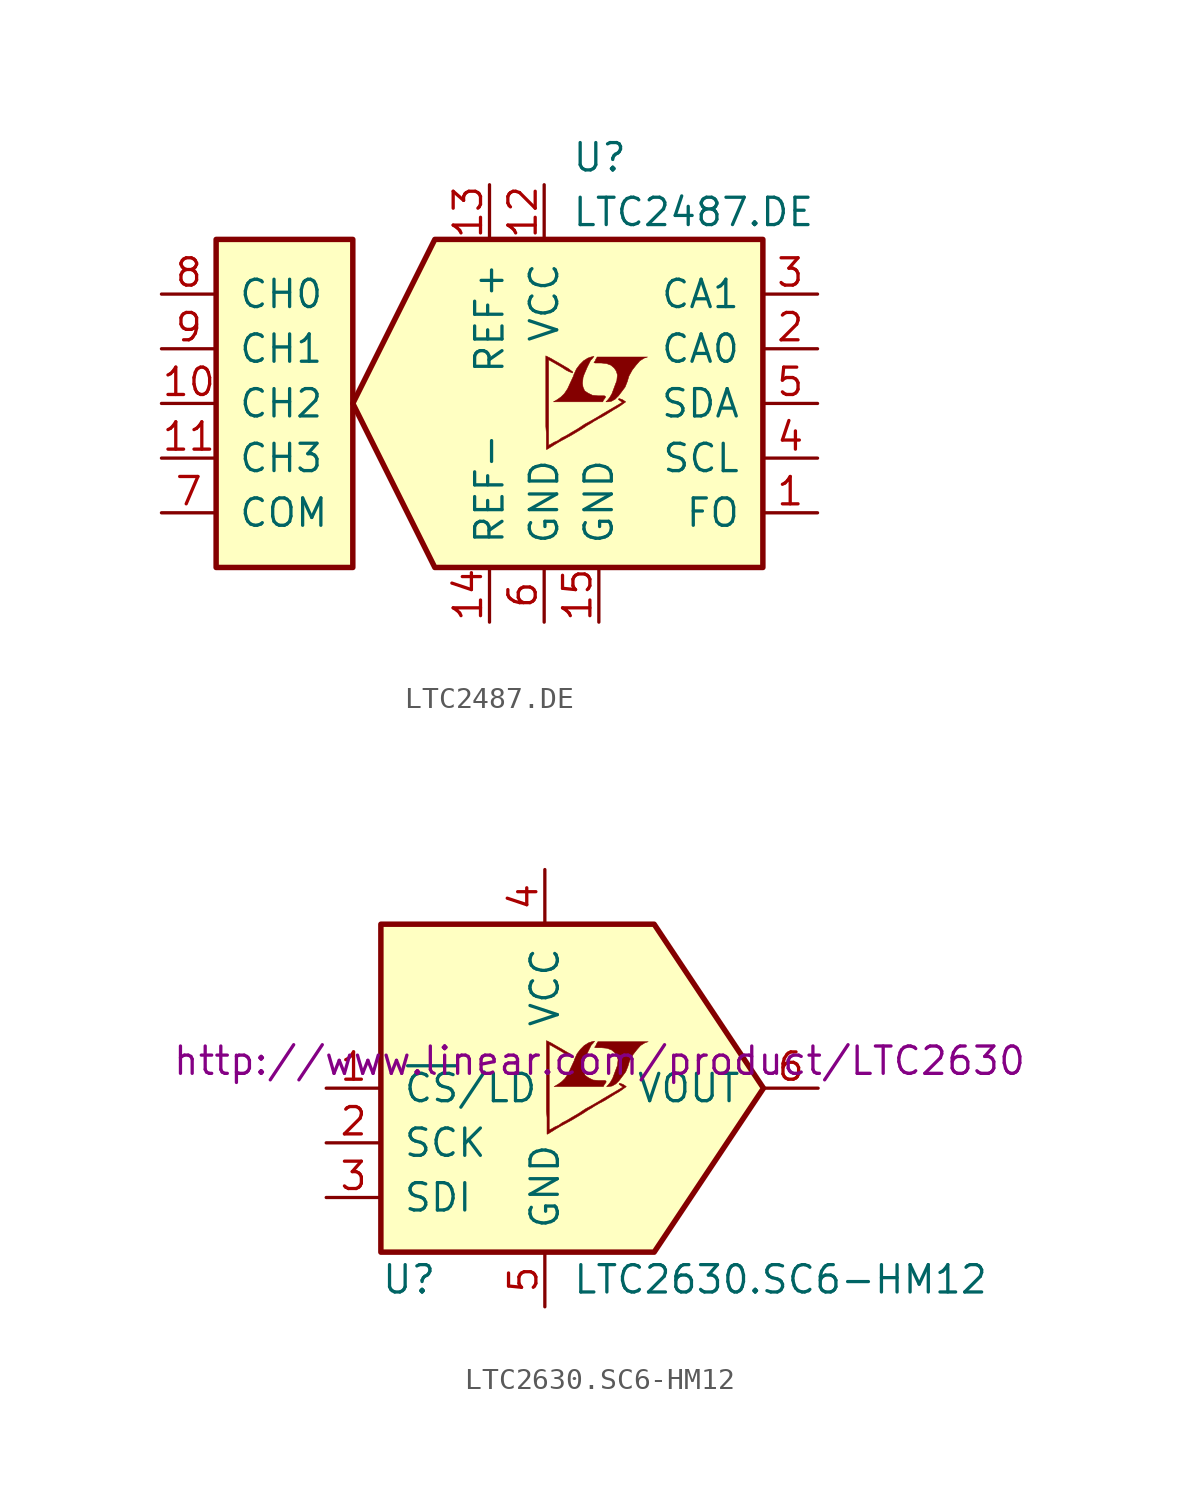
<source format=kicad_sym>
(kicad_symbol_lib
  (version 20201005)
  (generator kicad_symbol_editor)
  (symbol "LTC2487.DE"
    (pin_names
      (offset 1.016))
    (property "Reference" "U"
      (at 3.81 11.43 0)
      (effects (font (size 1.27 1.27)) (justify left)))
    (property "Value" "LTC2487.DE"
      (at 3.81 8.89 0)
      (effects (font (size 1.27 1.27)) (justify left)))
    (symbol "LTC2487.DE_0_0"
      (polyline (pts (xy 5.664 0.102) (xy 5.842 0.203) (xy 5.994 0.356) (xy 6.299 0.762) (xy 6.401 1.016) (xy 6.477 1.27) (xy 6.629 1.549) (xy 6.807 1.778) (xy 6.985 1.981) (xy 7.188 2.108) (xy 7.341 2.159) (xy 5.004 2.159) (xy 4.928 2.032) (xy 4.928 2.007) (xy 4.877 1.93) (xy 4.851 1.905) (xy 4.902 1.88) (xy 5.182 1.88) (xy 5.436 1.854) (xy 5.639 1.778) (xy 5.791 1.651) (xy 5.893 1.499) (xy 5.944 1.321) (xy 5.918 1.092) (xy 5.918 1.067) (xy 5.69 0.457) (xy 5.588 0.279) (xy 5.486 0.152) (xy 5.41 0.076) (xy 5.512 0.076) (xy 5.664 0.102)) (stroke (width 0.025)) (fill (type outline)))
      (polyline (pts (xy 5.309 0.178) (xy 5.334 0.203) (xy 5.385 0.279) (xy 5.385 0.33) (xy 5.334 0.356) (xy 5.029 0.356) (xy 4.775 0.381) (xy 4.572 0.483) (xy 4.42 0.584) (xy 4.343 0.762) (xy 4.318 0.94) (xy 4.343 1.168) (xy 4.343 1.194) (xy 4.394 1.346) (xy 4.547 1.702) (xy 4.699 2.007) (xy 4.775 2.083) (xy 4.851 2.184) (xy 4.724 2.159) (xy 4.572 2.108) (xy 4.369 1.981) (xy 4.191 1.803) (xy 4.039 1.6) (xy 3.912 1.321) (xy 3.912 1.295) (xy 3.759 0.965) (xy 3.632 0.686) (xy 3.48 0.457) (xy 3.327 0.305) (xy 3.15 0.178) (xy 2.972 0.076) (xy 5.258 0.076) (xy 5.309 0.178)) (stroke (width 0.025)) (fill (type outline)))
      (polyline (pts (xy 2.718 -2.108) (xy 2.794 -2.057) (xy 2.921 -1.981) (xy 2.997 -1.93) (xy 3.251 -1.778) (xy 3.81 -1.473) (xy 4.318 -1.168) (xy 4.547 -1.016) (xy 4.724 -0.914) (xy 4.877 -0.813) (xy 4.978 -0.762) (xy 5.055 -0.711) (xy 5.207 -0.635) (xy 5.385 -0.533) (xy 5.791 -0.279) (xy 5.969 -0.178) (xy 6.121 -0.076) (xy 6.223 0) (xy 6.299 0.051) (xy 6.325 0.076) (xy 6.172 0.178) (xy 6.02 0.229) (xy 5.994 0.203) (xy 5.994 0.178) (xy 6.071 0.127) (xy 6.172 0.051) (xy 5.258 -0.483) (xy 5.055 -0.61) (xy 4.75 -0.787) (xy 4.42 -0.965) (xy 4.115 -1.168) (xy 3.81 -1.346) (xy 3.556 -1.499) (xy 3.353 -1.6) (xy 3.175 -1.727) (xy 2.997 -1.803) (xy 2.87 -1.88) (xy 2.769 -1.93) (xy 2.743 -1.956) (xy 2.743 2.032) (xy 3.277 1.727) (xy 3.404 1.651) (xy 3.556 1.549) (xy 3.708 1.473) (xy 3.785 1.448) (xy 3.835 1.422) (xy 3.861 1.422) (xy 3.861 1.473) (xy 3.785 1.524) (xy 3.658 1.626) (xy 3.48 1.727) (xy 3.353 1.803) (xy 2.997 2.007) (xy 2.87 2.083) (xy 2.616 2.21) (xy 2.616 -1.067) (xy 2.642 -1.372) (xy 2.642 -2.134) (xy 2.667 -2.134) (xy 2.718 -2.108)) (stroke (width 0.025)) (fill (type outline))))
    (symbol "LTC2487.DE_0_1"
      (rectangle (start -12.7 7.62) (end -6.35 -7.62) (stroke (width 0.254)) (fill (type background)))
      (polyline (pts (xy -6.35 0) (xy -2.54 7.62) (xy 12.7 7.62) (xy 12.7 -7.62) (xy -2.54 -7.62) (xy -6.35 0)) (stroke (width 0.254)) (fill (type background))))
    (symbol "LTC2487.DE_1_1"
      (pin input line (at 15.24 -5.08 180) (length 2.54) (name "FO" (effects (font (size 1.27 1.27)))) (number "1" (effects (font (size 1.27 1.27)))))
      (pin input line (at -15.24 0 0) (length 2.54) (name "CH2" (effects (font (size 1.27 1.27)))) (number "10" (effects (font (size 1.27 1.27)))))
      (pin input line (at -15.24 -2.54 0) (length 2.54) (name "CH3" (effects (font (size 1.27 1.27)))) (number "11" (effects (font (size 1.27 1.27)))))
      (pin power_in line (at 2.54 10.16 270) (length 2.54) (name "VCC" (effects (font (size 1.27 1.27)))) (number "12" (effects (font (size 1.27 1.27)))))
      (pin passive line (at 0 10.16 270) (length 2.54) (name "REF+" (effects (font (size 1.27 1.27)))) (number "13" (effects (font (size 1.27 1.27)))))
      (pin passive line (at 0 -10.16 90) (length 2.54) (name "REF-" (effects (font (size 1.27 1.27)))) (number "14" (effects (font (size 1.27 1.27)))))
      (pin power_in line (at 5.08 -10.16 90) (length 2.54) (name "GND" (effects (font (size 1.27 1.27)))) (number "15" (effects (font (size 1.27 1.27)))))
      (pin input line (at 15.24 2.54 180) (length 2.54) (name "CA0" (effects (font (size 1.27 1.27)))) (number "2" (effects (font (size 1.27 1.27)))))
      (pin input line (at 15.24 5.08 180) (length 2.54) (name "CA1" (effects (font (size 1.27 1.27)))) (number "3" (effects (font (size 1.27 1.27)))))
      (pin input line (at 15.24 -2.54 180) (length 2.54) (name "SCL" (effects (font (size 1.27 1.27)))) (number "4" (effects (font (size 1.27 1.27)))))
      (pin bidirectional line (at 15.24 0 180) (length 2.54) (name "SDA" (effects (font (size 1.27 1.27)))) (number "5" (effects (font (size 1.27 1.27)))))
      (pin power_in line (at 2.54 -10.16 90) (length 2.54) (name "GND" (effects (font (size 1.27 1.27)))) (number "6" (effects (font (size 1.27 1.27)))))
      (pin input line (at -15.24 -5.08 0) (length 2.54) (name "COM" (effects (font (size 1.27 1.27)))) (number "7" (effects (font (size 1.27 1.27)))))
      (pin input line (at -15.24 5.08 0) (length 2.54) (name "CH0" (effects (font (size 1.27 1.27)))) (number "8" (effects (font (size 1.27 1.27)))))
      (pin input line (at -15.24 2.54 0) (length 2.54) (name "CH1" (effects (font (size 1.27 1.27)))) (number "9" (effects (font (size 1.27 1.27)))))))
  (symbol "LTC2630.SC6-HM12"
    (pin_names
      (offset 1.016))
    (property "Reference" "U"
      (at -7.62 -8.89 0)
      (effects (font (size 1.27 1.27)) (justify left)))
    (property "Value" "LTC2630.SC6-HM12"
      (at 1.27 -8.89 0)
      (effects (font (size 1.27 1.27)) (justify left)))
    (property "Datasheet" "http://www.linear.com/product/LTC2630"
      (at 2.54 1.27 0)
      (effects (font (size 1.27 1.27))))
    (symbol "LTC2630.SC6-HM12_0_0"
      (polyline (pts (xy 3.124 0.102) (xy 3.302 0.203) (xy 3.454 0.356) (xy 3.759 0.762) (xy 3.861 1.016) (xy 3.937 1.27) (xy 4.089 1.549) (xy 4.267 1.778) (xy 4.445 1.981) (xy 4.648 2.108) (xy 4.801 2.159) (xy 2.464 2.159) (xy 2.388 2.032) (xy 2.388 2.007) (xy 2.337 1.93) (xy 2.311 1.905) (xy 2.362 1.88) (xy 2.642 1.88) (xy 2.896 1.854) (xy 3.099 1.778) (xy 3.251 1.651) (xy 3.353 1.499) (xy 3.404 1.321) (xy 3.378 1.092) (xy 3.378 1.067) (xy 3.15 0.457) (xy 3.048 0.279) (xy 2.946 0.152) (xy 2.87 0.076) (xy 2.972 0.076) (xy 3.124 0.102)) (stroke (width 0.025)) (fill (type outline)))
      (polyline (pts (xy 2.769 0.178) (xy 2.794 0.203) (xy 2.845 0.279) (xy 2.845 0.33) (xy 2.794 0.356) (xy 2.489 0.356) (xy 2.235 0.381) (xy 2.032 0.483) (xy 1.88 0.584) (xy 1.803 0.762) (xy 1.778 0.94) (xy 1.803 1.168) (xy 1.803 1.194) (xy 1.854 1.346) (xy 2.007 1.702) (xy 2.159 2.007) (xy 2.235 2.083) (xy 2.311 2.184) (xy 2.184 2.159) (xy 2.032 2.108) (xy 1.829 1.981) (xy 1.651 1.803) (xy 1.499 1.6) (xy 1.372 1.321) (xy 1.372 1.295) (xy 1.219 0.965) (xy 1.092 0.686) (xy 0.94 0.457) (xy 0.787 0.305) (xy 0.61 0.178) (xy 0.432 0.076) (xy 2.718 0.076) (xy 2.769 0.178)) (stroke (width 0.025)) (fill (type outline)))
      (polyline (pts (xy 0.178 -2.108) (xy 0.254 -2.057) (xy 0.381 -1.981) (xy 0.457 -1.93) (xy 0.711 -1.778) (xy 1.27 -1.473) (xy 1.778 -1.168) (xy 2.007 -1.016) (xy 2.184 -0.914) (xy 2.337 -0.813) (xy 2.438 -0.762) (xy 2.515 -0.711) (xy 2.667 -0.635) (xy 2.845 -0.533) (xy 3.251 -0.279) (xy 3.429 -0.178) (xy 3.581 -0.076) (xy 3.683 0) (xy 3.759 0.051) (xy 3.785 0.076) (xy 3.632 0.178) (xy 3.48 0.229) (xy 3.454 0.203) (xy 3.454 0.178) (xy 3.531 0.127) (xy 3.632 0.051) (xy 2.718 -0.483) (xy 2.515 -0.61) (xy 2.21 -0.787) (xy 1.88 -0.965) (xy 1.575 -1.168) (xy 1.27 -1.346) (xy 1.016 -1.499) (xy 0.813 -1.6) (xy 0.635 -1.727) (xy 0.457 -1.803) (xy 0.33 -1.88) (xy 0.229 -1.93) (xy 0.203 -1.956) (xy 0.203 2.032) (xy 0.737 1.727) (xy 0.864 1.651) (xy 1.016 1.549) (xy 1.168 1.473) (xy 1.245 1.448) (xy 1.295 1.422) (xy 1.321 1.422) (xy 1.321 1.473) (xy 1.245 1.524) (xy 1.118 1.626) (xy 0.94 1.727) (xy 0.813 1.803) (xy 0.457 2.007) (xy 0.33 2.083) (xy 0.076 2.21) (xy 0.076 -1.067) (xy 0.102 -1.372) (xy 0.102 -2.134) (xy 0.127 -2.134) (xy 0.178 -2.108)) (stroke (width 0.025)) (fill (type outline))))
    (symbol "LTC2630.SC6-HM12_0_1"
      (polyline (pts (xy 10.16 0) (xy 5.08 7.62) (xy -7.62 7.62) (xy -7.62 -7.62) (xy 5.08 -7.62) (xy 10.16 0)) (stroke (width 0.254)) (fill (type background))))
    (symbol "LTC2630.SC6-HM12_1_1"
      (pin input line (at -10.16 0 0) (length 2.54) (name "~CS~/LD" (effects (font (size 1.27 1.27)))) (number "1" (effects (font (size 1.27 1.27)))))
      (pin input line (at -10.16 -2.54 0) (length 2.54) (name "SCK" (effects (font (size 1.27 1.27)))) (number "2" (effects (font (size 1.27 1.27)))))
      (pin input line (at -10.16 -5.08 0) (length 2.54) (name "SDI" (effects (font (size 1.27 1.27)))) (number "3" (effects (font (size 1.27 1.27)))))
      (pin power_in line (at 0 10.16 270) (length 2.54) (name "VCC" (effects (font (size 1.27 1.27)))) (number "4" (effects (font (size 1.27 1.27)))))
      (pin power_in line (at 0 -10.16 90) (length 2.54) (name "GND" (effects (font (size 1.27 1.27)))) (number "5" (effects (font (size 1.27 1.27)))))
      (pin output line (at 12.7 0 180) (length 2.54) (name "VOUT" (effects (font (size 1.27 1.27)))) (number "6" (effects (font (size 1.27 1.27))))))))
</source>
